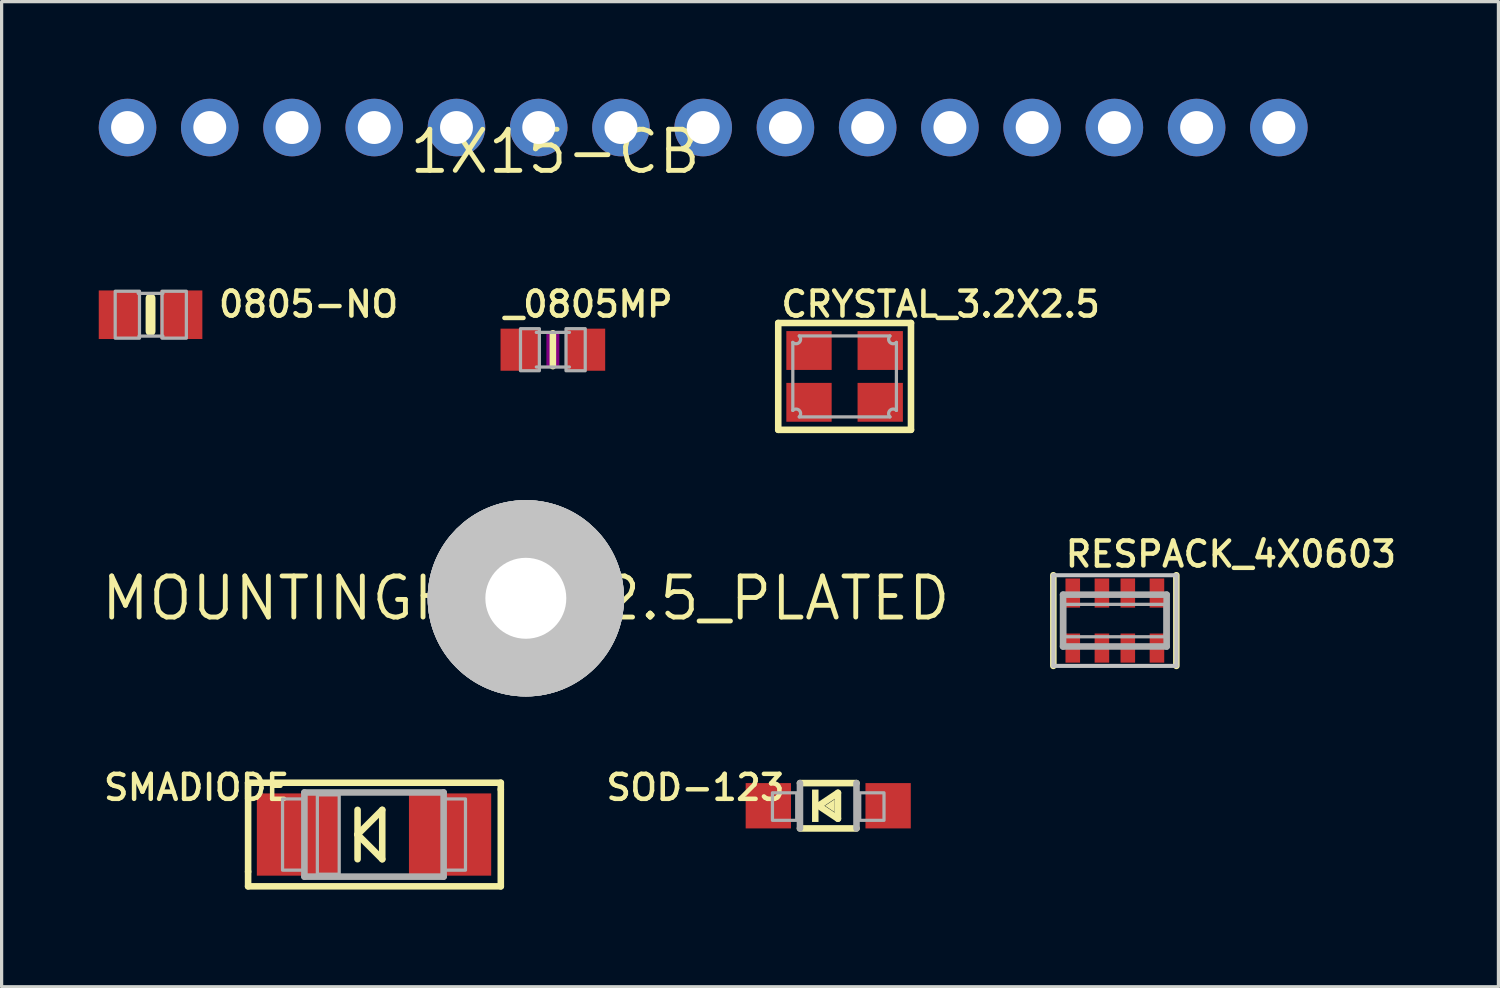
<source format=kicad_pcb>
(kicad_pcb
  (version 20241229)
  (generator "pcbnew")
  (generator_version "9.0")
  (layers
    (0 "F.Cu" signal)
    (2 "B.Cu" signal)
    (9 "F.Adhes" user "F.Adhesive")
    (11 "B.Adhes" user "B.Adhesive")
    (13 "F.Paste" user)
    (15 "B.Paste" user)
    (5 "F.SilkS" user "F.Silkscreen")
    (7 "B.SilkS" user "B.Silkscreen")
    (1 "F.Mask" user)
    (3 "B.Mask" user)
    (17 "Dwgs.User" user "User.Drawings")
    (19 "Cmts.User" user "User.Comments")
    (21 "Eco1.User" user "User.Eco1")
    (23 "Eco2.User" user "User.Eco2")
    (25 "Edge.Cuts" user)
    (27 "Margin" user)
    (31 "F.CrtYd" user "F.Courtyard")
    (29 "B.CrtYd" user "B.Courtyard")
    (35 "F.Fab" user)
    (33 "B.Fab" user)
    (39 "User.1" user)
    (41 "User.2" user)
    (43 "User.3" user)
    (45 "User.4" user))
  (footprint "_0805MP"
    (layer "F.Cu")
    (at 14.026 7.751)
    (property "Reference" "_0805MP" (at -1.587 -0.953 0) (layer "F.SilkS") (effects (font (size 0.772 0.772) (thickness 0.139)) (justify left bottom)))
    (attr through_hole)
    (fp_line (start 0 -0.508) (end 0 0.508) (stroke (width 0.203) (type solid)) (layer "F.SilkS"))
    (fp_poly (pts (xy -0.2 0.5) (xy 0.2 0.5) (xy 0.2 -0.5) (xy -0.2 -0.5)) (stroke (width 0) (type solid)) (fill yes) (layer "F.Adhes"))
    (fp_line (start -0.51 -0.535) (end 0.51 -0.535) (stroke (width 0.102) (type solid)) (layer "F.Fab"))
    (fp_line (start -0.51 0.535) (end 0.51 0.535) (stroke (width 0.102) (type solid)) (layer "F.Fab"))
    (fp_poly (pts (xy -1 0.65) (xy -0.417 0.65) (xy -0.417 -0.65) (xy -1 -0.65)) (stroke (width 0.1) (type solid)) (fill no) (layer "F.Fab"))
    (fp_poly (pts (xy 0.406 0.65) (xy 1 0.65) (xy 1 -0.65) (xy 0.406 -0.65)) (stroke (width 0.1) (type solid)) (fill no) (layer "F.Fab"))
    (pad "1" smd rect (at -1.016 0) (size 1.2 1.3) (layers "F.Cu" "F.Mask" "F.Paste"))
    (pad "2" smd rect (at 1.016 0) (size 1.2 1.3) (layers "F.Cu" "F.Mask" "F.Paste")))
  (footprint "MOUNTINGHOLE_2.5_PLATED"
    (layer "F.Cu")
    (at 13.191 15.429)
    (property "Reference" "MOUNTINGHOLE_2.5_PLATED" (at 0 0 0) (layer "F.SilkS") (effects (font (size 1.27 1.27) (thickness 0.15))))
    (attr through_hole)
    (fp_circle (center 0 0) (end 2 0) (stroke (width 0.203) (type solid)) (fill no) (layer "F.SilkS"))
    (fp_circle (center 0 0) (end 1 0) (stroke (width 2.032) (type solid)) (fill no) (layer "Dwgs.User"))
    (fp_circle (center 0 0) (end 1 0) (stroke (width 2.032) (type solid)) (fill no) (layer "Dwgs.User"))
    (fp_circle (center 0 0) (end 1 0) (stroke (width 2.032) (type solid)) (fill no) (layer "Dwgs.User"))
    (fp_circle (center 0 0) (end 1 0) (stroke (width 2.032) (type solid)) (fill no) (layer "Dwgs.User"))
    (pad "P$1" thru_hole circle (at 0 0) (size 3.2 3.2) (drill 2.5) (layers "*.Cu" "*.Mask")))
  (footprint "SMADIODE"
    (layer "F.Cu")
    (at 8.502 22.726)
    (property "Reference" "SMADIODE" (at -2.54 -1.905 180) (layer "F.SilkS") (effects (font (size 0.772 0.772) (thickness 0.139)) (justify right top)))
    (attr through_hole)
    (fp_line (start -3.889 -1.6) (end 3.916 -1.6) (stroke (width 0.203) (type solid)) (layer "F.SilkS"))
    (fp_line (start -3.889 1.146) (end -3.889 -1.6) (stroke (width 0.203) (type solid)) (layer "F.SilkS"))
    (fp_line (start -3.889 1.6) (end -3.889 1.146) (stroke (width 0.203) (type solid)) (layer "F.SilkS"))
    (fp_line (start -0.508 -0.762) (end -0.508 0) (stroke (width 0.203) (type solid)) (layer "F.SilkS"))
    (fp_line (start -0.508 0) (end -0.508 0.762) (stroke (width 0.203) (type solid)) (layer "F.SilkS"))
    (fp_line (start -0.508 0) (end 0.254 -0.762) (stroke (width 0.203) (type solid)) (layer "F.SilkS"))
    (fp_line (start 0.254 -0.762) (end 0.254 0.762) (stroke (width 0.203) (type solid)) (layer "F.SilkS"))
    (fp_line (start 0.254 0.762) (end -0.508 0) (stroke (width 0.203) (type solid)) (layer "F.SilkS"))
    (fp_line (start 3.916 -1.6) (end 3.916 -1.394) (stroke (width 0.203) (type solid)) (layer "F.SilkS"))
    (fp_line (start 3.916 -1.394) (end 3.916 1.6) (stroke (width 0.203) (type solid)) (layer "F.SilkS"))
    (fp_line (start 3.916 1.6) (end -3.889 1.6) (stroke (width 0.203) (type solid)) (layer "F.SilkS"))
    (fp_line (start -2.15 -1.3) (end 2.15 -1.3) (stroke (width 0.203) (type solid)) (layer "F.Fab"))
    (fp_line (start -2.15 1.3) (end -2.15 -1.3) (stroke (width 0.203) (type solid)) (layer "F.Fab"))
    (fp_line (start 2.15 -1.3) (end 2.15 1.3) (stroke (width 0.203) (type solid)) (layer "F.Fab"))
    (fp_line (start 2.15 1.3) (end -2.15 1.3) (stroke (width 0.203) (type solid)) (layer "F.Fab"))
    (fp_poly (pts (xy -2.825 1.1) (xy -2.175 1.1) (xy -2.175 -1.1) (xy -2.825 -1.1)) (stroke (width 0.1) (type solid)) (fill no) (layer "F.Fab"))
    (fp_poly (pts (xy -1.75 1.225) (xy -1.075 1.225) (xy -1.075 -1.225) (xy -1.75 -1.225)) (stroke (width 0.1) (type solid)) (fill no) (layer "F.Fab"))
    (fp_poly (pts (xy 2.825 -1.1) (xy 2.175 -1.1) (xy 2.175 1.1) (xy 2.825 1.1)) (stroke (width 0.1) (type solid)) (fill no) (layer "F.Fab"))
    (pad "A" smd rect (at 2.349 0 180) (size 2.54 2.54) (layers "F.Cu" "F.Mask" "F.Paste"))
    (pad "C" smd rect (at -2.349 0) (size 2.54 2.54) (layers "F.Cu" "F.Mask" "F.Paste")))
  (footprint "0805-NO"
    (layer "F.Cu")
    (at 1.6 6.671)
    (property "Reference" "0805-NO" (at 2.032 0.127 0) (layer "F.SilkS") (effects (font (size 0.772 0.772) (thickness 0.139)) (justify left bottom)))
    (attr through_hole)
    (fp_line (start 0 -0.508) (end 0 0.508) (stroke (width 0.305) (type solid)) (layer "F.SilkS"))
    (fp_line (start -0.381 -0.66) (end 0.381 -0.66) (stroke (width 0.102) (type solid)) (layer "F.Fab"))
    (fp_line (start -0.356 0.66) (end 0.381 0.66) (stroke (width 0.102) (type solid)) (layer "F.Fab"))
    (fp_poly (pts (xy -1.092 0.724) (xy -0.342 0.724) (xy -0.342 -0.726) (xy -1.092 -0.726)) (stroke (width 0.1) (type solid)) (fill no) (layer "F.Fab"))
    (fp_poly (pts (xy 0.356 0.724) (xy 1.106 0.724) (xy 1.106 -0.726) (xy 0.356 -0.726)) (stroke (width 0.1) (type solid)) (fill no) (layer "F.Fab"))
    (pad "1" smd rect (at -0.95 0) (size 1.3 1.5) (layers "F.Cu" "F.Mask" "F.Paste"))
    (pad "2" smd rect (at 0.95 0) (size 1.3 1.5) (layers "F.Cu" "F.Mask" "F.Paste")))
  (footprint "SOD-123"
    (layer "F.Cu")
    (at 22.531 21.837)
    (property "Reference" "SOD-123" (at -1.27 -1.016 180) (layer "F.SilkS") (effects (font (size 0.772 0.772) (thickness 0.139)) (justify right top)))
    (attr through_hole)
    (fp_line (start -0.873 -0.7) (end 0.873 -0.7) (stroke (width 0.203) (type solid)) (layer "F.SilkS"))
    (fp_line (start -0.3 0) (end 0.3 -0.4) (stroke (width 0.203) (type solid)) (layer "F.SilkS"))
    (fp_line (start 0.3 -0.4) (end 0.3 0.4) (stroke (width 0.203) (type solid)) (layer "F.SilkS"))
    (fp_line (start 0.3 0.4) (end -0.3 0) (stroke (width 0.203) (type solid)) (layer "F.SilkS"))
    (fp_line (start 0.873 0.7) (end -0.873 0.7) (stroke (width 0.203) (type solid)) (layer "F.SilkS"))
    (fp_poly (pts (xy -0.1 0) (xy 0.2 -0.2) (xy 0.2 0.2)) (stroke (width 0) (type solid)) (fill yes) (layer "F.SilkS"))
    (fp_poly (pts (xy -0.5 0.5) (xy -0.3 0.5) (xy -0.3 -0.5) (xy -0.5 -0.5)) (stroke (width 0) (type solid)) (fill yes) (layer "F.SilkS"))
    (fp_line (start -0.873 0.7) (end -0.873 -0.7) (stroke (width 0.203) (type solid)) (layer "F.Fab"))
    (fp_line (start 0.873 -0.7) (end 0.873 0.7) (stroke (width 0.203) (type solid)) (layer "F.Fab"))
    (fp_poly (pts (xy -1.723 0.45) (xy -0.973 0.45) (xy -0.973 -0.4) (xy -1.723 -0.4)) (stroke (width 0.1) (type solid)) (fill no) (layer "F.Fab"))
    (fp_poly (pts (xy 0.973 0.45) (xy 1.723 0.45) (xy 1.723 -0.4) (xy 0.973 -0.4)) (stroke (width 0.1) (type solid)) (fill no) (layer "F.Fab"))
    (pad "A" smd rect (at 1.85 0 90) (size 1.4 1.4) (layers "F.Cu" "F.Mask" "F.Paste"))
    (pad "C" smd rect (at -1.85 0 90) (size 1.4 1.4) (layers "F.Cu" "F.Mask" "F.Paste")))
  (footprint "RESPACK_4X0603"
    (layer "F.Cu")
    (at 31.384 16.117)
    (property "Reference" "RESPACK_4X0603" (at -1.6 -1.6 0) (layer "F.SilkS") (effects (font (size 0.772 0.772) (thickness 0.139)) (justify left bottom)))
    (attr through_hole)
    (fp_line (start -1.9 1.4) (end -1.9 -1.4) (stroke (width 0.203) (type solid)) (layer "F.SilkS"))
    (fp_line (start 1.9 -1.4) (end 1.9 1.4) (stroke (width 0.203) (type solid)) (layer "F.SilkS"))
    (fp_line (start -1.9 -1.4) (end 1.9 -1.4) (stroke (width 0.127) (type solid)) (layer "Dwgs.User"))
    (fp_line (start -1.9 1.4) (end -1.9 -1.4) (stroke (width 0.127) (type solid)) (layer "Dwgs.User"))
    (fp_line (start -1.9 1.4) (end 1.9 1.4) (stroke (width 0.127) (type solid)) (layer "Dwgs.User"))
    (fp_line (start 1.9 -1.4) (end 1.9 1.4) (stroke (width 0.127) (type solid)) (layer "Dwgs.User"))
    (fp_line (start -1.6 -0.8) (end 1.6 -0.8) (stroke (width 0.203) (type solid)) (layer "F.Fab"))
    (fp_line (start -1.6 0.8) (end -1.6 -0.8) (stroke (width 0.203) (type solid)) (layer "F.Fab"))
    (fp_line (start 1.6 -0.8) (end 1.6 0.8) (stroke (width 0.203) (type solid)) (layer "F.Fab"))
    (fp_line (start 1.6 0.8) (end -1.6 0.8) (stroke (width 0.203) (type solid)) (layer "F.Fab"))
    (fp_poly (pts (xy -1.55 0.5) (xy 1.55 0.5) (xy 1.55 -0.5) (xy -1.55 -0.5)) (stroke (width 0.1) (type solid)) (fill no) (layer "F.Fab"))
    (pad "1" smd rect (at -1.3 0.85) (size 0.45 0.9) (layers "F.Cu" "F.Mask" "F.Paste"))
    (pad "2" smd rect (at -0.4 0.85) (size 0.45 0.9) (layers "F.Cu" "F.Mask" "F.Paste"))
    (pad "3" smd rect (at 0.4 0.85) (size 0.45 0.9) (layers "F.Cu" "F.Mask" "F.Paste"))
    (pad "4" smd rect (at 1.3 0.85) (size 0.45 0.9) (layers "F.Cu" "F.Mask" "F.Paste"))
    (pad "5" smd rect (at 1.3 -0.85) (size 0.45 0.9) (layers "F.Cu" "F.Mask" "F.Paste"))
    (pad "6" smd rect (at 0.4 -0.85) (size 0.45 0.9) (layers "F.Cu" "F.Mask" "F.Paste"))
    (pad "7" smd rect (at -0.4 -0.85) (size 0.45 0.9) (layers "F.Cu" "F.Mask" "F.Paste"))
    (pad "8" smd rect (at -1.3 -0.85) (size 0.45 0.9) (layers "F.Cu" "F.Mask" "F.Paste")))
  (footprint "1X15-CB"
    (layer "F.Cu")
    (at 18.669 0.889)
    (property "Reference" "1X15-CB" (at 0 0 0) (layer "F.SilkS") (effects (font (size 1.27 1.27) (thickness 0.15)) (justify right top)))
    (attr through_hole)
    (pad "1" thru_hole circle (at -17.78 0 90) (size 1.778 1.778) (drill 1.016) (layers "*.Cu" "*.Mask"))
    (pad "2" thru_hole circle (at -15.24 0 90) (size 1.778 1.778) (drill 1.016) (layers "*.Cu" "*.Mask"))
    (pad "3" thru_hole circle (at -12.7 0 90) (size 1.778 1.778) (drill 1.016) (layers "*.Cu" "*.Mask"))
    (pad "4" thru_hole circle (at -10.16 0 90) (size 1.778 1.778) (drill 1.016) (layers "*.Cu" "*.Mask"))
    (pad "5" thru_hole circle (at -7.62 0 90) (size 1.778 1.778) (drill 1.016) (layers "*.Cu" "*.Mask"))
    (pad "6" thru_hole circle (at -5.08 0 90) (size 1.778 1.778) (drill 1.016) (layers "*.Cu" "*.Mask"))
    (pad "7" thru_hole circle (at -2.54 0 90) (size 1.778 1.778) (drill 1.016) (layers "*.Cu" "*.Mask"))
    (pad "8" thru_hole circle (at 0 0 90) (size 1.778 1.778) (drill 1.016) (layers "*.Cu" "*.Mask"))
    (pad "9" thru_hole circle (at 2.54 0 90) (size 1.778 1.778) (drill 1.016) (layers "*.Cu" "*.Mask"))
    (pad "10" thru_hole circle (at 5.08 0 90) (size 1.778 1.778) (drill 1.016) (layers "*.Cu" "*.Mask"))
    (pad "11" thru_hole circle (at 7.62 0 90) (size 1.778 1.778) (drill 1.016) (layers "*.Cu" "*.Mask"))
    (pad "12" thru_hole circle (at 10.16 0 90) (size 1.778 1.778) (drill 1.016) (layers "*.Cu" "*.Mask"))
    (pad "13" thru_hole circle (at 12.7 0 90) (size 1.778 1.778) (drill 1.016) (layers "*.Cu" "*.Mask"))
    (pad "14" thru_hole circle (at 15.24 0 90) (size 1.778 1.778) (drill 1.016) (layers "*.Cu" "*.Mask"))
    (pad "15" thru_hole circle (at 17.78 0 90) (size 1.778 1.778) (drill 1.016) (layers "*.Cu" "*.Mask")))
  (footprint "CRYSTAL_3.2X2.5"
    (layer "F.Cu")
    (at 23.037 8.576)
    (property "Reference" "CRYSTAL_3.2X2.5" (at -2.032 -1.778 0) (layer "F.SilkS") (effects (font (size 0.772 0.772) (thickness 0.139)) (justify left bottom)))
    (attr through_hole)
    (fp_line (start -2.05 -1.65) (end -2.05 1.65) (stroke (width 0.203) (type solid)) (layer "F.SilkS"))
    (fp_line (start -2.05 -1.65) (end 2.05 -1.65) (stroke (width 0.203) (type solid)) (layer "F.SilkS"))
    (fp_line (start -2.05 1.65) (end 2.05 1.65) (stroke (width 0.203) (type solid)) (layer "F.SilkS"))
    (fp_line (start 2.05 -1.65) (end 2.05 1.65) (stroke (width 0.203) (type solid)) (layer "F.SilkS"))
    (fp_line (start -1.6 -1.05) (end -1.6 1.05) (stroke (width 0.1) (type solid)) (layer "F.Fab"))
    (fp_line (start -1.4 -1.25) (end 1.4 -1.25) (stroke (width 0.1) (type solid)) (layer "F.Fab"))
    (fp_line (start -1.4 1.25) (end 1.4 1.25) (stroke (width 0.1) (type solid)) (layer "F.Fab"))
    (fp_line (start 1.6 -1.05) (end 1.6 1.05) (stroke (width 0.1) (type solid)) (layer "F.Fab"))
    (fp_arc (start -1.6 1.05) (mid -1.4 1.05) (end -1.4 1.25) (stroke (width 0.1) (type solid)) (layer "F.Fab"))
    (fp_arc (start -1.4 -1.25) (mid -1.4 -1.05) (end -1.6 -1.05) (stroke (width 0.1) (type solid)) (layer "F.Fab"))
    (fp_arc (start 1.4 1.25) (mid 1.4 1.05) (end 1.6 1.05) (stroke (width 0.1) (type solid)) (layer "F.Fab"))
    (fp_arc (start 1.6 -1.05) (mid 1.4 -1.05) (end 1.4 -1.25) (stroke (width 0.1) (type solid)) (layer "F.Fab"))
    (pad "1" smd rect (at -1.1 0.8) (size 1.4 1.2) (layers "F.Cu" "F.Mask" "F.Paste"))
    (pad "2" smd rect (at 1.1 -0.8) (size 1.4 1.2) (layers "F.Cu" "F.Mask" "F.Paste"))
    (pad "GND1" smd rect (at -1.1 -0.8) (size 1.4 1.2) (layers "F.Cu" "F.Mask" "F.Paste"))
    (pad "GND2" smd rect (at 1.1 0.8) (size 1.4 1.2) (layers "F.Cu" "F.Mask" "F.Paste")))
  (gr_rect
    (start -3 -3)
    (end 43.231 27.427)
    (stroke (width 0.1) (type default))
    (fill no)
    (layer "Edge.Cuts")))
</source>
